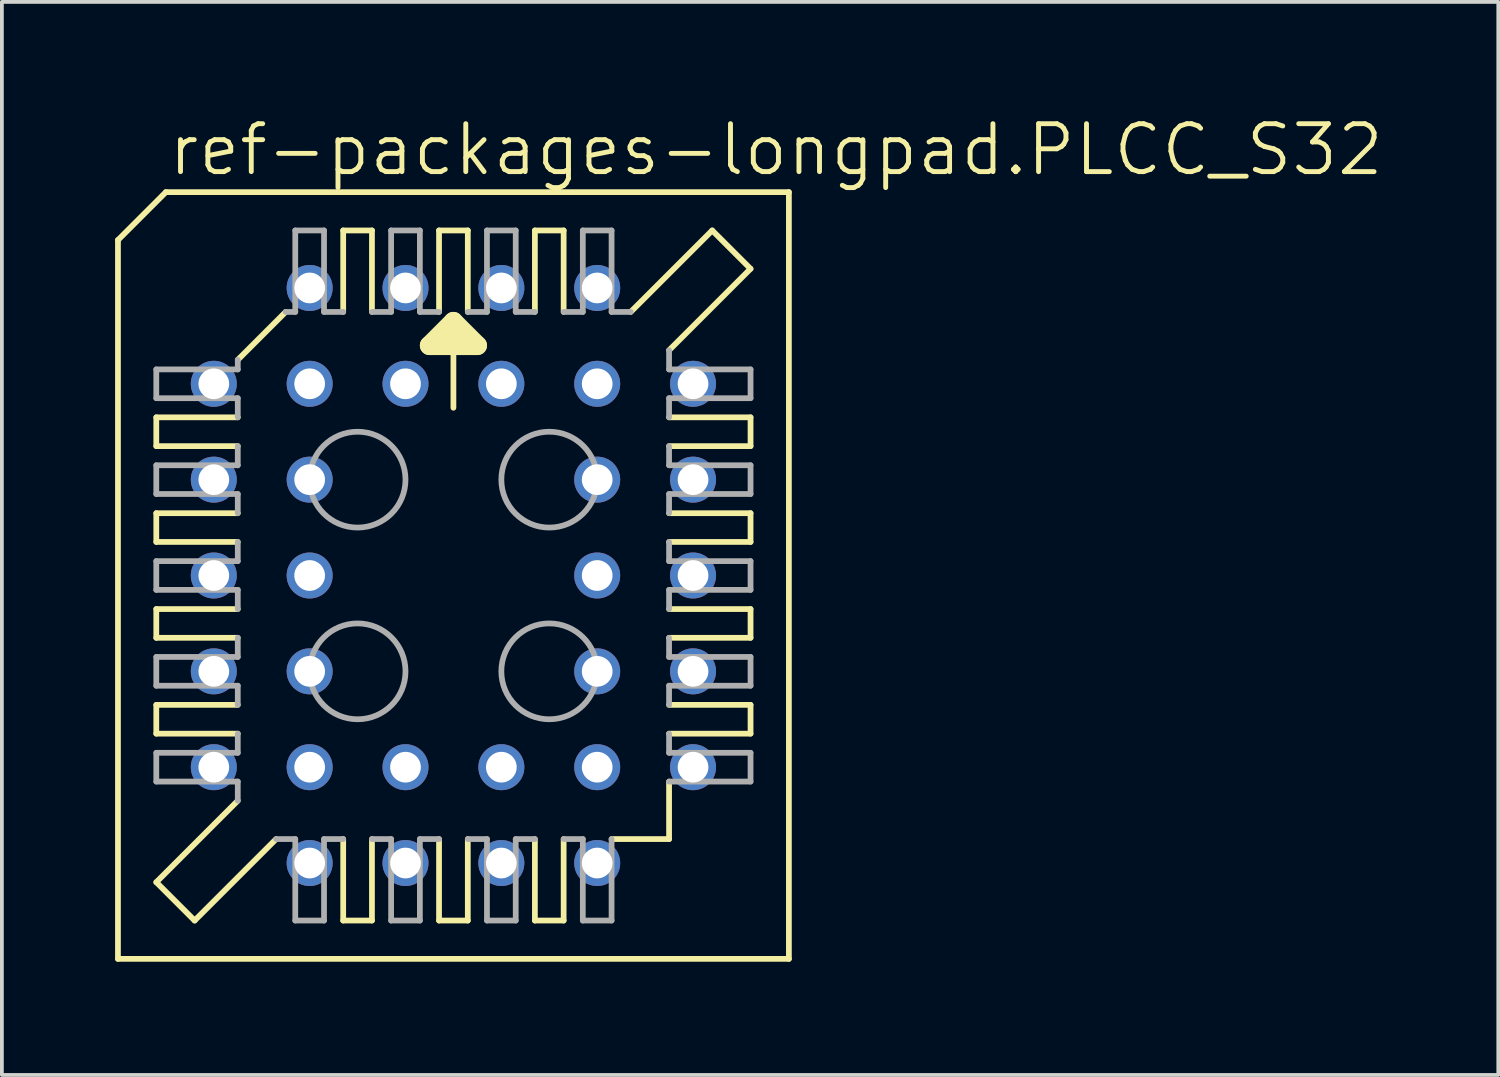
<source format=kicad_pcb>
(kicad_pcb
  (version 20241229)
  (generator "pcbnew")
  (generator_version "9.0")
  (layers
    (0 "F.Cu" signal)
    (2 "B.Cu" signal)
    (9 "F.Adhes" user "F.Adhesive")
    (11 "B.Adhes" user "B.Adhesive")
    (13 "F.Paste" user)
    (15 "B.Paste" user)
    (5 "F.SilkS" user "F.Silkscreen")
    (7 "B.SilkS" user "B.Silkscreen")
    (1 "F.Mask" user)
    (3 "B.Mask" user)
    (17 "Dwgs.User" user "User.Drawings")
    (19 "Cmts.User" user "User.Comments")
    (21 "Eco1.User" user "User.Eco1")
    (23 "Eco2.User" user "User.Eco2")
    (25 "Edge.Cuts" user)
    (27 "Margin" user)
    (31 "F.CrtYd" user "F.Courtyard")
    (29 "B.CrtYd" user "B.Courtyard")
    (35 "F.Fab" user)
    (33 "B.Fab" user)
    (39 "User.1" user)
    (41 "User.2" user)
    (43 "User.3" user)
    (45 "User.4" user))
  (footprint "ref-packages-longpad.PLCC_S32"
    (layer "F.Cu")
    (at 8.966 12.201)
    (property "Reference" "ref-packages-longpad.PLCC_S32" (at -7.62 -10.541 0) (layer "F.SilkS") (effects (font (size 1.27 1.27) (thickness 0.13)) (justify left bottom)))
    (attr through_hole)
    (fp_line (start -8.89 -8.89) (end -8.89 10.16) (stroke (width 0.152) (type default)) (layer "F.SilkS"))
    (fp_line (start -7.874 -3.429) (end -7.874 -4.191) (stroke (width 0.152) (type default)) (layer "F.SilkS"))
    (fp_line (start -7.874 -3.429) (end -5.715 -3.429) (stroke (width 0.152) (type default)) (layer "F.SilkS"))
    (fp_line (start -7.874 -0.889) (end -7.874 -1.651) (stroke (width 0.152) (type default)) (layer "F.SilkS"))
    (fp_line (start -7.874 -0.889) (end -5.715 -0.889) (stroke (width 0.152) (type default)) (layer "F.SilkS"))
    (fp_line (start -7.874 1.651) (end -7.874 0.889) (stroke (width 0.152) (type default)) (layer "F.SilkS"))
    (fp_line (start -7.874 1.651) (end -5.715 1.651) (stroke (width 0.152) (type default)) (layer "F.SilkS"))
    (fp_line (start -7.874 4.191) (end -7.874 3.429) (stroke (width 0.152) (type default)) (layer "F.SilkS"))
    (fp_line (start -7.874 4.191) (end -5.715 4.191) (stroke (width 0.152) (type default)) (layer "F.SilkS"))
    (fp_line (start -7.874 8.128) (end -5.715 5.969) (stroke (width 0.152) (type default)) (layer "F.SilkS"))
    (fp_line (start -7.62 -10.16) (end -8.89 -8.89) (stroke (width 0.152) (type default)) (layer "F.SilkS"))
    (fp_line (start -6.858 9.144) (end -7.874 8.128) (stroke (width 0.152) (type default)) (layer "F.SilkS"))
    (fp_line (start -6.858 9.144) (end -4.699 6.985) (stroke (width 0.152) (type default)) (layer "F.SilkS"))
    (fp_line (start -5.715 -5.715) (end -4.445 -6.985) (stroke (width 0.152) (type default)) (layer "F.SilkS"))
    (fp_line (start -5.715 -4.191) (end -7.874 -4.191) (stroke (width 0.152) (type default)) (layer "F.SilkS"))
    (fp_line (start -5.715 -1.651) (end -7.874 -1.651) (stroke (width 0.152) (type default)) (layer "F.SilkS"))
    (fp_line (start -5.715 0.889) (end -7.874 0.889) (stroke (width 0.152) (type default)) (layer "F.SilkS"))
    (fp_line (start -5.715 3.429) (end -7.874 3.429) (stroke (width 0.152) (type default)) (layer "F.SilkS"))
    (fp_line (start -2.921 -6.985) (end -2.921 -9.144) (stroke (width 0.152) (type default)) (layer "F.SilkS"))
    (fp_line (start -2.921 9.144) (end -2.921 6.985) (stroke (width 0.152) (type default)) (layer "F.SilkS"))
    (fp_line (start -2.921 9.144) (end -2.159 9.144) (stroke (width 0.152) (type default)) (layer "F.SilkS"))
    (fp_line (start -2.159 -9.144) (end -2.921 -9.144) (stroke (width 0.152) (type default)) (layer "F.SilkS"))
    (fp_line (start -2.159 -9.144) (end -2.159 -6.985) (stroke (width 0.152) (type default)) (layer "F.SilkS"))
    (fp_line (start -2.159 6.985) (end -2.159 9.144) (stroke (width 0.152) (type default)) (layer "F.SilkS"))
    (fp_line (start -0.635 -6.096) (end 0 -6.731) (stroke (width 0.508) (type default)) (layer "F.SilkS"))
    (fp_line (start -0.381 -6.985) (end -0.381 -9.144) (stroke (width 0.152) (type default)) (layer "F.SilkS"))
    (fp_line (start -0.381 9.144) (end -0.381 6.985) (stroke (width 0.152) (type default)) (layer "F.SilkS"))
    (fp_line (start -0.381 9.144) (end 0.381 9.144) (stroke (width 0.152) (type default)) (layer "F.SilkS"))
    (fp_line (start 0 -6.731) (end 0 -4.445) (stroke (width 0.152) (type default)) (layer "F.SilkS"))
    (fp_line (start 0 -6.731) (end 0.635 -6.096) (stroke (width 0.508) (type default)) (layer "F.SilkS"))
    (fp_line (start 0.381 -9.144) (end -0.381 -9.144) (stroke (width 0.152) (type default)) (layer "F.SilkS"))
    (fp_line (start 0.381 -9.144) (end 0.381 -6.985) (stroke (width 0.152) (type default)) (layer "F.SilkS"))
    (fp_line (start 0.381 6.985) (end 0.381 9.144) (stroke (width 0.152) (type default)) (layer "F.SilkS"))
    (fp_line (start 0.635 -6.096) (end -0.635 -6.096) (stroke (width 0.508) (type default)) (layer "F.SilkS"))
    (fp_line (start 2.159 -6.985) (end 2.159 -9.144) (stroke (width 0.152) (type default)) (layer "F.SilkS"))
    (fp_line (start 2.159 9.144) (end 2.159 6.985) (stroke (width 0.152) (type default)) (layer "F.SilkS"))
    (fp_line (start 2.159 9.144) (end 2.921 9.144) (stroke (width 0.152) (type default)) (layer "F.SilkS"))
    (fp_line (start 2.921 -9.144) (end 2.159 -9.144) (stroke (width 0.152) (type default)) (layer "F.SilkS"))
    (fp_line (start 2.921 -9.144) (end 2.921 -6.985) (stroke (width 0.152) (type default)) (layer "F.SilkS"))
    (fp_line (start 2.921 6.985) (end 2.921 9.144) (stroke (width 0.152) (type default)) (layer "F.SilkS"))
    (fp_line (start 4.191 6.985) (end 5.715 6.985) (stroke (width 0.152) (type default)) (layer "F.SilkS"))
    (fp_line (start 5.715 -3.429) (end 7.874 -3.429) (stroke (width 0.152) (type default)) (layer "F.SilkS"))
    (fp_line (start 5.715 -0.889) (end 7.874 -0.889) (stroke (width 0.152) (type default)) (layer "F.SilkS"))
    (fp_line (start 5.715 1.651) (end 7.874 1.651) (stroke (width 0.152) (type default)) (layer "F.SilkS"))
    (fp_line (start 5.715 4.191) (end 7.874 4.191) (stroke (width 0.152) (type default)) (layer "F.SilkS"))
    (fp_line (start 5.715 5.461) (end 5.715 6.985) (stroke (width 0.152) (type default)) (layer "F.SilkS"))
    (fp_line (start 6.858 -9.144) (end 4.699 -6.985) (stroke (width 0.152) (type default)) (layer "F.SilkS"))
    (fp_line (start 7.874 -8.128) (end 5.715 -5.969) (stroke (width 0.152) (type default)) (layer "F.SilkS"))
    (fp_line (start 7.874 -8.128) (end 6.858 -9.144) (stroke (width 0.152) (type default)) (layer "F.SilkS"))
    (fp_line (start 7.874 -4.191) (end 5.715 -4.191) (stroke (width 0.152) (type default)) (layer "F.SilkS"))
    (fp_line (start 7.874 -4.191) (end 7.874 -3.429) (stroke (width 0.152) (type default)) (layer "F.SilkS"))
    (fp_line (start 7.874 -1.651) (end 5.715 -1.651) (stroke (width 0.152) (type default)) (layer "F.SilkS"))
    (fp_line (start 7.874 -1.651) (end 7.874 -0.889) (stroke (width 0.152) (type default)) (layer "F.SilkS"))
    (fp_line (start 7.874 0.889) (end 5.715 0.889) (stroke (width 0.152) (type default)) (layer "F.SilkS"))
    (fp_line (start 7.874 0.889) (end 7.874 1.651) (stroke (width 0.152) (type default)) (layer "F.SilkS"))
    (fp_line (start 7.874 3.429) (end 5.715 3.429) (stroke (width 0.152) (type default)) (layer "F.SilkS"))
    (fp_line (start 7.874 3.429) (end 7.874 4.191) (stroke (width 0.152) (type default)) (layer "F.SilkS"))
    (fp_line (start 8.89 -10.16) (end -7.62 -10.16) (stroke (width 0.152) (type default)) (layer "F.SilkS"))
    (fp_line (start 8.89 10.16) (end -8.89 10.16) (stroke (width 0.152) (type default)) (layer "F.SilkS"))
    (fp_line (start 8.89 10.16) (end 8.89 -10.16) (stroke (width 0.152) (type default)) (layer "F.SilkS"))
    (fp_line (start -7.874 -4.699) (end -7.874 -5.461) (stroke (width 0.152) (type default)) (layer "F.Fab"))
    (fp_line (start -7.874 -4.699) (end -5.715 -4.699) (stroke (width 0.152) (type default)) (layer "F.Fab"))
    (fp_line (start -7.874 -2.159) (end -7.874 -2.921) (stroke (width 0.152) (type default)) (layer "F.Fab"))
    (fp_line (start -7.874 -2.159) (end -5.715 -2.159) (stroke (width 0.152) (type default)) (layer "F.Fab"))
    (fp_line (start -7.874 0.381) (end -7.874 -0.381) (stroke (width 0.152) (type default)) (layer "F.Fab"))
    (fp_line (start -7.874 0.381) (end -5.715 0.381) (stroke (width 0.152) (type default)) (layer "F.Fab"))
    (fp_line (start -7.874 2.921) (end -7.874 2.159) (stroke (width 0.152) (type default)) (layer "F.Fab"))
    (fp_line (start -7.874 2.921) (end -5.715 2.921) (stroke (width 0.152) (type default)) (layer "F.Fab"))
    (fp_line (start -7.874 5.461) (end -7.874 4.699) (stroke (width 0.152) (type default)) (layer "F.Fab"))
    (fp_line (start -7.874 5.461) (end -5.715 5.461) (stroke (width 0.152) (type default)) (layer "F.Fab"))
    (fp_line (start -5.715 -5.461) (end -7.874 -5.461) (stroke (width 0.152) (type default)) (layer "F.Fab"))
    (fp_line (start -5.715 -5.461) (end -5.715 -5.715) (stroke (width 0.152) (type default)) (layer "F.Fab"))
    (fp_line (start -5.715 -4.191) (end -5.715 -4.699) (stroke (width 0.152) (type default)) (layer "F.Fab"))
    (fp_line (start -5.715 -2.921) (end -7.874 -2.921) (stroke (width 0.152) (type default)) (layer "F.Fab"))
    (fp_line (start -5.715 -2.921) (end -5.715 -3.429) (stroke (width 0.152) (type default)) (layer "F.Fab"))
    (fp_line (start -5.715 -1.651) (end -5.715 -2.159) (stroke (width 0.152) (type default)) (layer "F.Fab"))
    (fp_line (start -5.715 -0.381) (end -7.874 -0.381) (stroke (width 0.152) (type default)) (layer "F.Fab"))
    (fp_line (start -5.715 -0.381) (end -5.715 -0.889) (stroke (width 0.152) (type default)) (layer "F.Fab"))
    (fp_line (start -5.715 0.889) (end -5.715 0.381) (stroke (width 0.152) (type default)) (layer "F.Fab"))
    (fp_line (start -5.715 2.159) (end -7.874 2.159) (stroke (width 0.152) (type default)) (layer "F.Fab"))
    (fp_line (start -5.715 2.159) (end -5.715 1.651) (stroke (width 0.152) (type default)) (layer "F.Fab"))
    (fp_line (start -5.715 3.429) (end -5.715 2.921) (stroke (width 0.152) (type default)) (layer "F.Fab"))
    (fp_line (start -5.715 4.699) (end -7.874 4.699) (stroke (width 0.152) (type default)) (layer "F.Fab"))
    (fp_line (start -5.715 4.699) (end -5.715 4.191) (stroke (width 0.152) (type default)) (layer "F.Fab"))
    (fp_line (start -5.715 5.969) (end -5.715 5.461) (stroke (width 0.152) (type default)) (layer "F.Fab"))
    (fp_line (start -4.699 6.985) (end -4.191 6.985) (stroke (width 0.152) (type default)) (layer "F.Fab"))
    (fp_line (start -4.191 -6.985) (end -4.445 -6.985) (stroke (width 0.152) (type default)) (layer "F.Fab"))
    (fp_line (start -4.191 -6.985) (end -4.191 -9.144) (stroke (width 0.152) (type default)) (layer "F.Fab"))
    (fp_line (start -4.191 9.144) (end -4.191 6.985) (stroke (width 0.152) (type default)) (layer "F.Fab"))
    (fp_line (start -4.191 9.144) (end -3.429 9.144) (stroke (width 0.152) (type default)) (layer "F.Fab"))
    (fp_line (start -3.429 -9.144) (end -4.191 -9.144) (stroke (width 0.152) (type default)) (layer "F.Fab"))
    (fp_line (start -3.429 -9.144) (end -3.429 -6.985) (stroke (width 0.152) (type default)) (layer "F.Fab"))
    (fp_line (start -3.429 6.985) (end -3.429 9.144) (stroke (width 0.152) (type default)) (layer "F.Fab"))
    (fp_line (start -3.429 6.985) (end -2.921 6.985) (stroke (width 0.152) (type default)) (layer "F.Fab"))
    (fp_line (start -2.921 -6.985) (end -3.429 -6.985) (stroke (width 0.152) (type default)) (layer "F.Fab"))
    (fp_line (start -2.159 6.985) (end -1.651 6.985) (stroke (width 0.152) (type default)) (layer "F.Fab"))
    (fp_line (start -1.651 -6.985) (end -2.159 -6.985) (stroke (width 0.152) (type default)) (layer "F.Fab"))
    (fp_line (start -1.651 -6.985) (end -1.651 -9.144) (stroke (width 0.152) (type default)) (layer "F.Fab"))
    (fp_line (start -1.651 9.144) (end -1.651 6.985) (stroke (width 0.152) (type default)) (layer "F.Fab"))
    (fp_line (start -1.651 9.144) (end -0.889 9.144) (stroke (width 0.152) (type default)) (layer "F.Fab"))
    (fp_line (start -0.889 -9.144) (end -1.651 -9.144) (stroke (width 0.152) (type default)) (layer "F.Fab"))
    (fp_line (start -0.889 -9.144) (end -0.889 -6.985) (stroke (width 0.152) (type default)) (layer "F.Fab"))
    (fp_line (start -0.889 6.985) (end -0.889 9.144) (stroke (width 0.152) (type default)) (layer "F.Fab"))
    (fp_line (start -0.889 6.985) (end -0.381 6.985) (stroke (width 0.152) (type default)) (layer "F.Fab"))
    (fp_line (start -0.381 -6.985) (end -0.889 -6.985) (stroke (width 0.152) (type default)) (layer "F.Fab"))
    (fp_line (start 0.381 6.985) (end 0.889 6.985) (stroke (width 0.152) (type default)) (layer "F.Fab"))
    (fp_line (start 0.889 -6.985) (end 0.381 -6.985) (stroke (width 0.152) (type default)) (layer "F.Fab"))
    (fp_line (start 0.889 -6.985) (end 0.889 -9.144) (stroke (width 0.152) (type default)) (layer "F.Fab"))
    (fp_line (start 0.889 9.144) (end 0.889 6.985) (stroke (width 0.152) (type default)) (layer "F.Fab"))
    (fp_line (start 0.889 9.144) (end 1.651 9.144) (stroke (width 0.152) (type default)) (layer "F.Fab"))
    (fp_line (start 1.651 -9.144) (end 0.889 -9.144) (stroke (width 0.152) (type default)) (layer "F.Fab"))
    (fp_line (start 1.651 -9.144) (end 1.651 -6.985) (stroke (width 0.152) (type default)) (layer "F.Fab"))
    (fp_line (start 1.651 6.985) (end 1.651 9.144) (stroke (width 0.152) (type default)) (layer "F.Fab"))
    (fp_line (start 1.651 6.985) (end 2.159 6.985) (stroke (width 0.152) (type default)) (layer "F.Fab"))
    (fp_line (start 2.159 -6.985) (end 1.651 -6.985) (stroke (width 0.152) (type default)) (layer "F.Fab"))
    (fp_line (start 2.921 6.985) (end 3.429 6.985) (stroke (width 0.152) (type default)) (layer "F.Fab"))
    (fp_line (start 3.429 -6.985) (end 2.921 -6.985) (stroke (width 0.152) (type default)) (layer "F.Fab"))
    (fp_line (start 3.429 -6.985) (end 3.429 -9.144) (stroke (width 0.152) (type default)) (layer "F.Fab"))
    (fp_line (start 3.429 9.144) (end 3.429 6.985) (stroke (width 0.152) (type default)) (layer "F.Fab"))
    (fp_line (start 3.429 9.144) (end 4.191 9.144) (stroke (width 0.152) (type default)) (layer "F.Fab"))
    (fp_line (start 4.191 -9.144) (end 3.429 -9.144) (stroke (width 0.152) (type default)) (layer "F.Fab"))
    (fp_line (start 4.191 -9.144) (end 4.191 -6.985) (stroke (width 0.152) (type default)) (layer "F.Fab"))
    (fp_line (start 4.191 6.985) (end 4.191 9.144) (stroke (width 0.152) (type default)) (layer "F.Fab"))
    (fp_line (start 4.699 -6.985) (end 4.191 -6.985) (stroke (width 0.152) (type default)) (layer "F.Fab"))
    (fp_line (start 5.715 -5.969) (end 5.715 -5.461) (stroke (width 0.152) (type default)) (layer "F.Fab"))
    (fp_line (start 5.715 -4.699) (end 5.715 -4.191) (stroke (width 0.152) (type default)) (layer "F.Fab"))
    (fp_line (start 5.715 -4.699) (end 7.874 -4.699) (stroke (width 0.152) (type default)) (layer "F.Fab"))
    (fp_line (start 5.715 -3.429) (end 5.715 -2.921) (stroke (width 0.152) (type default)) (layer "F.Fab"))
    (fp_line (start 5.715 -2.159) (end 5.715 -1.651) (stroke (width 0.152) (type default)) (layer "F.Fab"))
    (fp_line (start 5.715 -2.159) (end 7.874 -2.159) (stroke (width 0.152) (type default)) (layer "F.Fab"))
    (fp_line (start 5.715 -0.889) (end 5.715 -0.381) (stroke (width 0.152) (type default)) (layer "F.Fab"))
    (fp_line (start 5.715 0.381) (end 5.715 0.889) (stroke (width 0.152) (type default)) (layer "F.Fab"))
    (fp_line (start 5.715 0.381) (end 7.874 0.381) (stroke (width 0.152) (type default)) (layer "F.Fab"))
    (fp_line (start 5.715 1.651) (end 5.715 2.159) (stroke (width 0.152) (type default)) (layer "F.Fab"))
    (fp_line (start 5.715 2.921) (end 5.715 3.429) (stroke (width 0.152) (type default)) (layer "F.Fab"))
    (fp_line (start 5.715 2.921) (end 7.874 2.921) (stroke (width 0.152) (type default)) (layer "F.Fab"))
    (fp_line (start 5.715 4.191) (end 5.715 4.699) (stroke (width 0.152) (type default)) (layer "F.Fab"))
    (fp_line (start 5.715 5.461) (end 7.874 5.461) (stroke (width 0.152) (type default)) (layer "F.Fab"))
    (fp_line (start 7.874 -5.461) (end 5.715 -5.461) (stroke (width 0.152) (type default)) (layer "F.Fab"))
    (fp_line (start 7.874 -5.461) (end 7.874 -4.699) (stroke (width 0.152) (type default)) (layer "F.Fab"))
    (fp_line (start 7.874 -2.921) (end 5.715 -2.921) (stroke (width 0.152) (type default)) (layer "F.Fab"))
    (fp_line (start 7.874 -2.921) (end 7.874 -2.159) (stroke (width 0.152) (type default)) (layer "F.Fab"))
    (fp_line (start 7.874 -0.381) (end 5.715 -0.381) (stroke (width 0.152) (type default)) (layer "F.Fab"))
    (fp_line (start 7.874 -0.381) (end 7.874 0.381) (stroke (width 0.152) (type default)) (layer "F.Fab"))
    (fp_line (start 7.874 2.159) (end 5.715 2.159) (stroke (width 0.152) (type default)) (layer "F.Fab"))
    (fp_line (start 7.874 2.159) (end 7.874 2.921) (stroke (width 0.152) (type default)) (layer "F.Fab"))
    (fp_line (start 7.874 4.699) (end 5.715 4.699) (stroke (width 0.152) (type default)) (layer "F.Fab"))
    (fp_line (start 7.874 4.699) (end 7.874 5.461) (stroke (width 0.152) (type default)) (layer "F.Fab"))
    (fp_circle (center -2.54 -2.54) (end -1.27 -2.54) (stroke (width 0.152) (type default)) (fill no) (layer "F.Fab"))
    (fp_circle (center -2.54 2.54) (end -1.27 2.54) (stroke (width 0.152) (type default)) (fill no) (layer "F.Fab"))
    (fp_circle (center 2.54 -2.54) (end 3.81 -2.54) (stroke (width 0.152) (type default)) (fill no) (layer "F.Fab"))
    (fp_circle (center 2.54 2.54) (end 3.81 2.54) (stroke (width 0.152) (type default)) (fill no) (layer "F.Fab"))
    (pad "1" thru_hole circle (at 1.27 -5.08) (size 1.219 1.219) (drill 0.813) (layers "*.Cu" "*.Mask"))
    (pad "2" thru_hole circle (at -1.27 -7.62) (size 1.219 1.219) (drill 0.813) (layers "*.Cu" "*.Mask"))
    (pad "3" thru_hole circle (at -1.27 -5.08) (size 1.219 1.219) (drill 0.813) (layers "*.Cu" "*.Mask"))
    (pad "4" thru_hole circle (at -3.81 -7.62) (size 1.219 1.219) (drill 0.813) (layers "*.Cu" "*.Mask"))
    (pad "5" thru_hole circle (at -6.35 -5.08) (size 1.219 1.219) (drill 0.813) (layers "*.Cu" "*.Mask"))
    (pad "6" thru_hole circle (at -3.81 -5.08) (size 1.219 1.219) (drill 0.813) (layers "*.Cu" "*.Mask"))
    (pad "7" thru_hole circle (at -6.35 -2.54) (size 1.219 1.219) (drill 0.813) (layers "*.Cu" "*.Mask"))
    (pad "8" thru_hole circle (at -3.81 -2.54) (size 1.219 1.219) (drill 0.813) (layers "*.Cu" "*.Mask"))
    (pad "9" thru_hole circle (at -6.35 0) (size 1.219 1.219) (drill 0.813) (layers "*.Cu" "*.Mask"))
    (pad "10" thru_hole circle (at -3.81 0) (size 1.219 1.219) (drill 0.813) (layers "*.Cu" "*.Mask"))
    (pad "11" thru_hole circle (at -6.35 2.54) (size 1.219 1.219) (drill 0.813) (layers "*.Cu" "*.Mask"))
    (pad "12" thru_hole circle (at -3.81 2.54) (size 1.219 1.219) (drill 0.813) (layers "*.Cu" "*.Mask"))
    (pad "13" thru_hole circle (at -6.35 5.08) (size 1.219 1.219) (drill 0.813) (layers "*.Cu" "*.Mask"))
    (pad "14" thru_hole circle (at -3.81 7.62) (size 1.219 1.219) (drill 0.813) (layers "*.Cu" "*.Mask"))
    (pad "15" thru_hole circle (at -3.81 5.08) (size 1.219 1.219) (drill 0.813) (layers "*.Cu" "*.Mask"))
    (pad "16" thru_hole circle (at -1.27 7.62) (size 1.219 1.219) (drill 0.813) (layers "*.Cu" "*.Mask"))
    (pad "17" thru_hole circle (at -1.27 5.08) (size 1.219 1.219) (drill 0.813) (layers "*.Cu" "*.Mask"))
    (pad "18" thru_hole circle (at 1.27 7.62) (size 1.219 1.219) (drill 0.813) (layers "*.Cu" "*.Mask"))
    (pad "19" thru_hole circle (at 1.27 5.08) (size 1.219 1.219) (drill 0.813) (layers "*.Cu" "*.Mask"))
    (pad "20" thru_hole circle (at 3.81 7.62) (size 1.219 1.219) (drill 0.813) (layers "*.Cu" "*.Mask"))
    (pad "21" thru_hole circle (at 6.35 5.08) (size 1.219 1.219) (drill 0.813) (layers "*.Cu" "*.Mask"))
    (pad "22" thru_hole circle (at 3.81 5.08) (size 1.219 1.219) (drill 0.813) (layers "*.Cu" "*.Mask"))
    (pad "23" thru_hole circle (at 6.35 2.54) (size 1.219 1.219) (drill 0.813) (layers "*.Cu" "*.Mask"))
    (pad "24" thru_hole circle (at 3.81 2.54) (size 1.219 1.219) (drill 0.813) (layers "*.Cu" "*.Mask"))
    (pad "25" thru_hole circle (at 6.35 0) (size 1.219 1.219) (drill 0.813) (layers "*.Cu" "*.Mask"))
    (pad "26" thru_hole circle (at 3.81 0) (size 1.219 1.219) (drill 0.813) (layers "*.Cu" "*.Mask"))
    (pad "27" thru_hole circle (at 6.35 -2.54) (size 1.219 1.219) (drill 0.813) (layers "*.Cu" "*.Mask"))
    (pad "28" thru_hole circle (at 3.81 -2.54) (size 1.219 1.219) (drill 0.813) (layers "*.Cu" "*.Mask"))
    (pad "29" thru_hole circle (at 6.35 -5.08) (size 1.219 1.219) (drill 0.813) (layers "*.Cu" "*.Mask"))
    (pad "30" thru_hole circle (at 3.81 -7.62) (size 1.219 1.219) (drill 0.813) (layers "*.Cu" "*.Mask"))
    (pad "31" thru_hole circle (at 3.81 -5.08) (size 1.219 1.219) (drill 0.813) (layers "*.Cu" "*.Mask"))
    (pad "32" thru_hole circle (at 1.27 -7.62) (size 1.219 1.219) (drill 0.813) (layers "*.Cu" "*.Mask")))
  (gr_rect
    (start -3 -3)
    (end 36.656 25.437)
    (stroke (width 0.1) (type default))
    (fill no)
    (layer "Edge.Cuts")))
</source>
